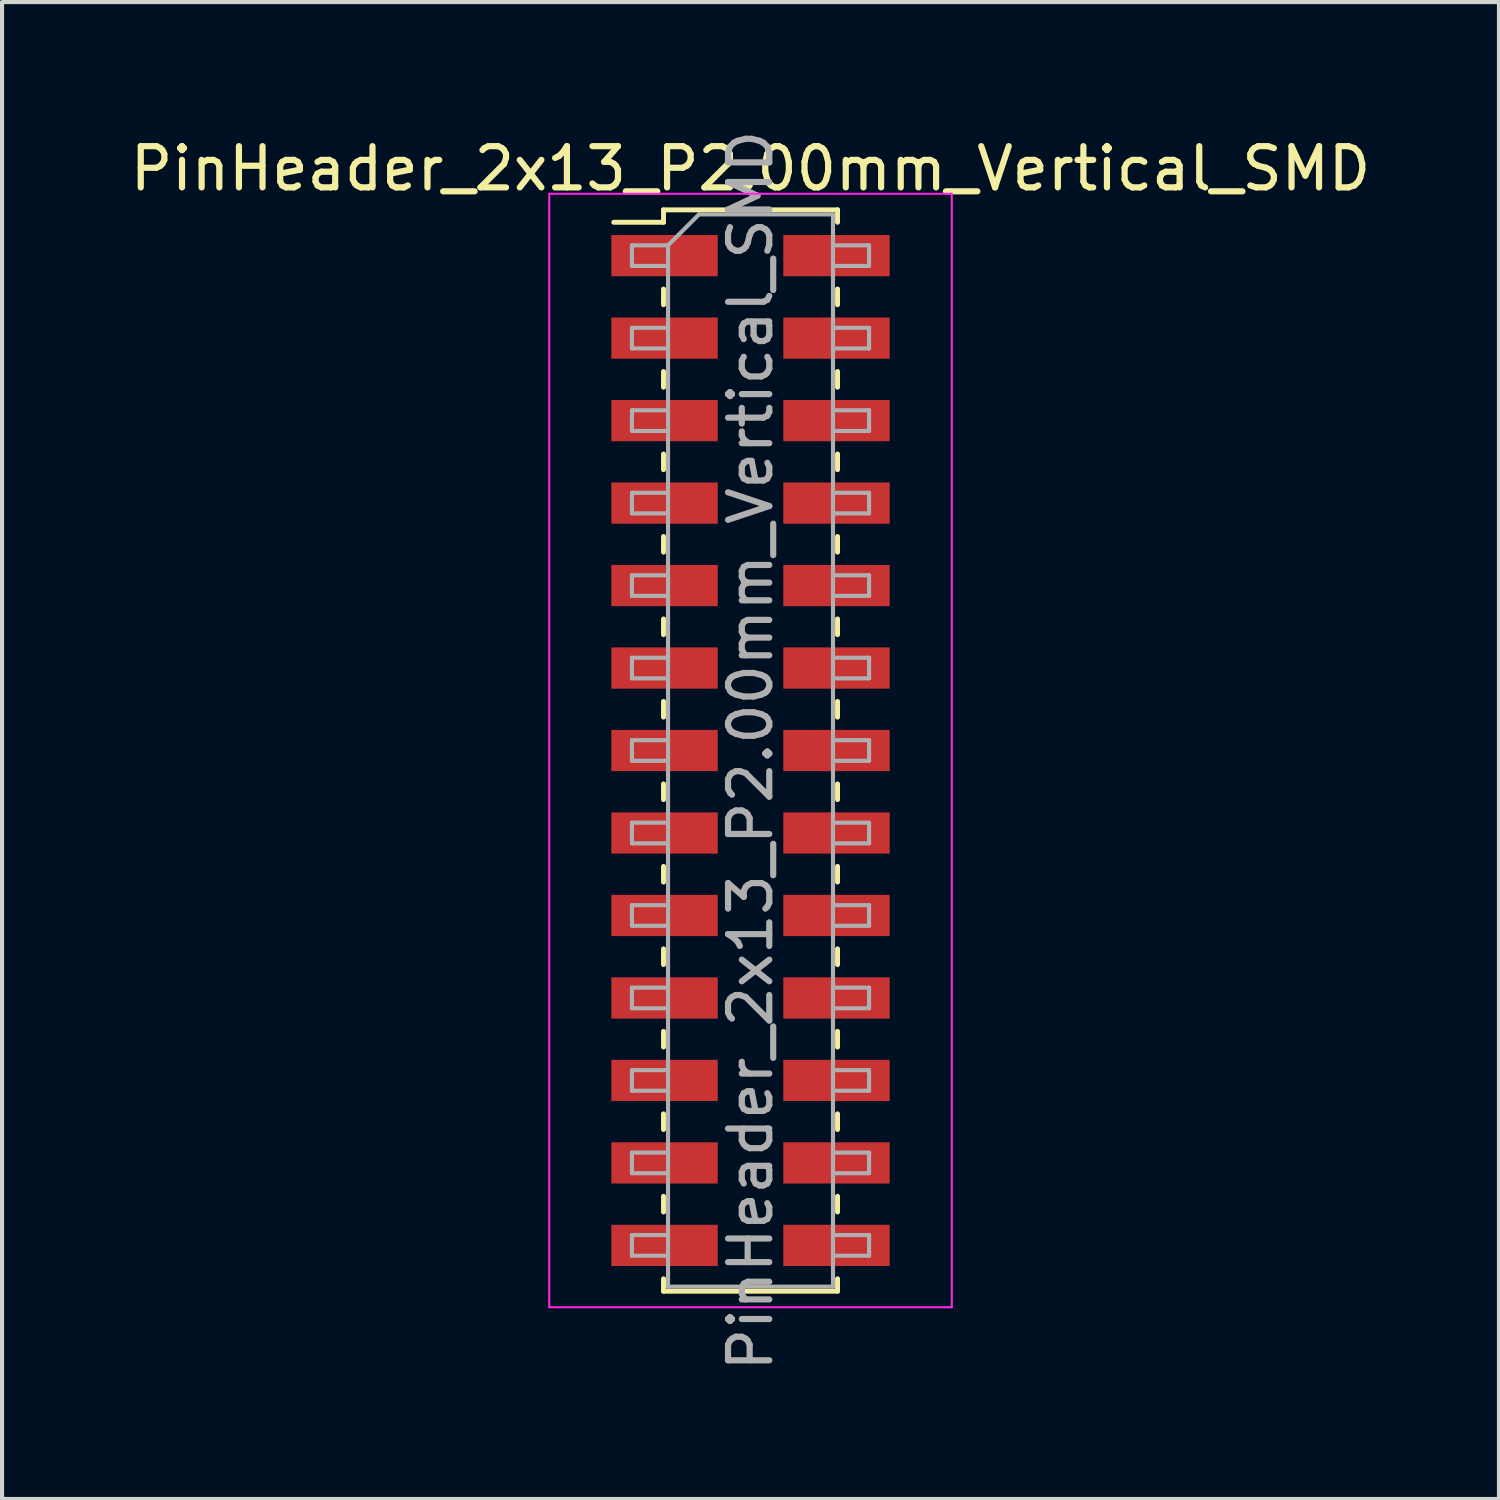
<source format=kicad_pcb>
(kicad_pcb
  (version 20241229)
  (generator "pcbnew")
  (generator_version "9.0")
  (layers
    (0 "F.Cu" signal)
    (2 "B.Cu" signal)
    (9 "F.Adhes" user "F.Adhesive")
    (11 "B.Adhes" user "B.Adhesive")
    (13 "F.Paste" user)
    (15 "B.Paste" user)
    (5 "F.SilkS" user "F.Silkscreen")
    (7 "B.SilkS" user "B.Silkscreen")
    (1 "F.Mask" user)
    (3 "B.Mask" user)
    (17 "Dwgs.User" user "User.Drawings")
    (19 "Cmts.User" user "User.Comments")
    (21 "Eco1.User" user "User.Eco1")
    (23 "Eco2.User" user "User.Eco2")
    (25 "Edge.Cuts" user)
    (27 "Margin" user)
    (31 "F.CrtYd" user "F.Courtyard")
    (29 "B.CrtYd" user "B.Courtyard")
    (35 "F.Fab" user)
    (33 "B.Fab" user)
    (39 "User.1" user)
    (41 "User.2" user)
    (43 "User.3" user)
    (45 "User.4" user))
  (footprint "PinHeader_2x13_P2.00mm_Vertical_SMD"
    (layer "F.Cu")
    (at 15.149 15.149)
    (property "Reference" "PinHeader_2x13_P2.00mm_Vertical_SMD" (at 0 -14.11 0) (layer "F.SilkS") (effects (font (size 1 1) (thickness 0.15))))
    (attr smd)
    (fp_line (start -3.315 -12.81) (end -2.11 -12.81) (stroke (width 0.12) (type solid)) (layer "F.SilkS"))
    (fp_line (start -2.11 -13.11) (end -2.11 -12.81) (stroke (width 0.12) (type solid)) (layer "F.SilkS"))
    (fp_line (start -2.11 -13.11) (end 2.11 -13.11) (stroke (width 0.12) (type solid)) (layer "F.SilkS"))
    (fp_line (start -2.11 -11.19) (end -2.11 -10.81) (stroke (width 0.12) (type solid)) (layer "F.SilkS"))
    (fp_line (start -2.11 -9.19) (end -2.11 -8.81) (stroke (width 0.12) (type solid)) (layer "F.SilkS"))
    (fp_line (start -2.11 -7.19) (end -2.11 -6.81) (stroke (width 0.12) (type solid)) (layer "F.SilkS"))
    (fp_line (start -2.11 -5.19) (end -2.11 -4.81) (stroke (width 0.12) (type solid)) (layer "F.SilkS"))
    (fp_line (start -2.11 -3.19) (end -2.11 -2.81) (stroke (width 0.12) (type solid)) (layer "F.SilkS"))
    (fp_line (start -2.11 -1.19) (end -2.11 -0.81) (stroke (width 0.12) (type solid)) (layer "F.SilkS"))
    (fp_line (start -2.11 0.81) (end -2.11 1.19) (stroke (width 0.12) (type solid)) (layer "F.SilkS"))
    (fp_line (start -2.11 2.81) (end -2.11 3.19) (stroke (width 0.12) (type solid)) (layer "F.SilkS"))
    (fp_line (start -2.11 4.81) (end -2.11 5.19) (stroke (width 0.12) (type solid)) (layer "F.SilkS"))
    (fp_line (start -2.11 6.81) (end -2.11 7.19) (stroke (width 0.12) (type solid)) (layer "F.SilkS"))
    (fp_line (start -2.11 8.81) (end -2.11 9.19) (stroke (width 0.12) (type solid)) (layer "F.SilkS"))
    (fp_line (start -2.11 10.81) (end -2.11 11.19) (stroke (width 0.12) (type solid)) (layer "F.SilkS"))
    (fp_line (start -2.11 12.81) (end -2.11 13.11) (stroke (width 0.12) (type solid)) (layer "F.SilkS"))
    (fp_line (start -2.11 13.11) (end 2.11 13.11) (stroke (width 0.12) (type solid)) (layer "F.SilkS"))
    (fp_line (start 2.11 -13.11) (end 2.11 -12.81) (stroke (width 0.12) (type solid)) (layer "F.SilkS"))
    (fp_line (start 2.11 -11.19) (end 2.11 -10.81) (stroke (width 0.12) (type solid)) (layer "F.SilkS"))
    (fp_line (start 2.11 -9.19) (end 2.11 -8.81) (stroke (width 0.12) (type solid)) (layer "F.SilkS"))
    (fp_line (start 2.11 -7.19) (end 2.11 -6.81) (stroke (width 0.12) (type solid)) (layer "F.SilkS"))
    (fp_line (start 2.11 -5.19) (end 2.11 -4.81) (stroke (width 0.12) (type solid)) (layer "F.SilkS"))
    (fp_line (start 2.11 -3.19) (end 2.11 -2.81) (stroke (width 0.12) (type solid)) (layer "F.SilkS"))
    (fp_line (start 2.11 -1.19) (end 2.11 -0.81) (stroke (width 0.12) (type solid)) (layer "F.SilkS"))
    (fp_line (start 2.11 0.81) (end 2.11 1.19) (stroke (width 0.12) (type solid)) (layer "F.SilkS"))
    (fp_line (start 2.11 2.81) (end 2.11 3.19) (stroke (width 0.12) (type solid)) (layer "F.SilkS"))
    (fp_line (start 2.11 4.81) (end 2.11 5.19) (stroke (width 0.12) (type solid)) (layer "F.SilkS"))
    (fp_line (start 2.11 6.81) (end 2.11 7.19) (stroke (width 0.12) (type solid)) (layer "F.SilkS"))
    (fp_line (start 2.11 8.81) (end 2.11 9.19) (stroke (width 0.12) (type solid)) (layer "F.SilkS"))
    (fp_line (start 2.11 10.81) (end 2.11 11.19) (stroke (width 0.12) (type solid)) (layer "F.SilkS"))
    (fp_line (start 2.11 12.81) (end 2.11 13.11) (stroke (width 0.12) (type solid)) (layer "F.SilkS"))
    (fp_line (start -4.88 -13.5) (end -4.88 13.5) (stroke (width 0.05) (type solid)) (layer "F.CrtYd"))
    (fp_line (start -4.88 13.5) (end 4.88 13.5) (stroke (width 0.05) (type solid)) (layer "F.CrtYd"))
    (fp_line (start 4.88 -13.5) (end -4.88 -13.5) (stroke (width 0.05) (type solid)) (layer "F.CrtYd"))
    (fp_line (start 4.88 13.5) (end 4.88 -13.5) (stroke (width 0.05) (type solid)) (layer "F.CrtYd"))
    (fp_line (start -2.875 -12.25) (end -2.875 -11.75) (stroke (width 0.1) (type solid)) (layer "F.Fab"))
    (fp_line (start -2.875 -11.75) (end -2 -11.75) (stroke (width 0.1) (type solid)) (layer "F.Fab"))
    (fp_line (start -2.875 -10.25) (end -2.875 -9.75) (stroke (width 0.1) (type solid)) (layer "F.Fab"))
    (fp_line (start -2.875 -9.75) (end -2 -9.75) (stroke (width 0.1) (type solid)) (layer "F.Fab"))
    (fp_line (start -2.875 -8.25) (end -2.875 -7.75) (stroke (width 0.1) (type solid)) (layer "F.Fab"))
    (fp_line (start -2.875 -7.75) (end -2 -7.75) (stroke (width 0.1) (type solid)) (layer "F.Fab"))
    (fp_line (start -2.875 -6.25) (end -2.875 -5.75) (stroke (width 0.1) (type solid)) (layer "F.Fab"))
    (fp_line (start -2.875 -5.75) (end -2 -5.75) (stroke (width 0.1) (type solid)) (layer "F.Fab"))
    (fp_line (start -2.875 -4.25) (end -2.875 -3.75) (stroke (width 0.1) (type solid)) (layer "F.Fab"))
    (fp_line (start -2.875 -3.75) (end -2 -3.75) (stroke (width 0.1) (type solid)) (layer "F.Fab"))
    (fp_line (start -2.875 -2.25) (end -2.875 -1.75) (stroke (width 0.1) (type solid)) (layer "F.Fab"))
    (fp_line (start -2.875 -1.75) (end -2 -1.75) (stroke (width 0.1) (type solid)) (layer "F.Fab"))
    (fp_line (start -2.875 -0.25) (end -2.875 0.25) (stroke (width 0.1) (type solid)) (layer "F.Fab"))
    (fp_line (start -2.875 0.25) (end -2 0.25) (stroke (width 0.1) (type solid)) (layer "F.Fab"))
    (fp_line (start -2.875 1.75) (end -2.875 2.25) (stroke (width 0.1) (type solid)) (layer "F.Fab"))
    (fp_line (start -2.875 2.25) (end -2 2.25) (stroke (width 0.1) (type solid)) (layer "F.Fab"))
    (fp_line (start -2.875 3.75) (end -2.875 4.25) (stroke (width 0.1) (type solid)) (layer "F.Fab"))
    (fp_line (start -2.875 4.25) (end -2 4.25) (stroke (width 0.1) (type solid)) (layer "F.Fab"))
    (fp_line (start -2.875 5.75) (end -2.875 6.25) (stroke (width 0.1) (type solid)) (layer "F.Fab"))
    (fp_line (start -2.875 6.25) (end -2 6.25) (stroke (width 0.1) (type solid)) (layer "F.Fab"))
    (fp_line (start -2.875 7.75) (end -2.875 8.25) (stroke (width 0.1) (type solid)) (layer "F.Fab"))
    (fp_line (start -2.875 8.25) (end -2 8.25) (stroke (width 0.1) (type solid)) (layer "F.Fab"))
    (fp_line (start -2.875 9.75) (end -2.875 10.25) (stroke (width 0.1) (type solid)) (layer "F.Fab"))
    (fp_line (start -2.875 10.25) (end -2 10.25) (stroke (width 0.1) (type solid)) (layer "F.Fab"))
    (fp_line (start -2.875 11.75) (end -2.875 12.25) (stroke (width 0.1) (type solid)) (layer "F.Fab"))
    (fp_line (start -2.875 12.25) (end -2 12.25) (stroke (width 0.1) (type solid)) (layer "F.Fab"))
    (fp_line (start -2 -12.25) (end -2.875 -12.25) (stroke (width 0.1) (type solid)) (layer "F.Fab"))
    (fp_line (start -2 -12.25) (end -1.25 -13) (stroke (width 0.1) (type solid)) (layer "F.Fab"))
    (fp_line (start -2 -10.25) (end -2.875 -10.25) (stroke (width 0.1) (type solid)) (layer "F.Fab"))
    (fp_line (start -2 -8.25) (end -2.875 -8.25) (stroke (width 0.1) (type solid)) (layer "F.Fab"))
    (fp_line (start -2 -6.25) (end -2.875 -6.25) (stroke (width 0.1) (type solid)) (layer "F.Fab"))
    (fp_line (start -2 -4.25) (end -2.875 -4.25) (stroke (width 0.1) (type solid)) (layer "F.Fab"))
    (fp_line (start -2 -2.25) (end -2.875 -2.25) (stroke (width 0.1) (type solid)) (layer "F.Fab"))
    (fp_line (start -2 -0.25) (end -2.875 -0.25) (stroke (width 0.1) (type solid)) (layer "F.Fab"))
    (fp_line (start -2 1.75) (end -2.875 1.75) (stroke (width 0.1) (type solid)) (layer "F.Fab"))
    (fp_line (start -2 3.75) (end -2.875 3.75) (stroke (width 0.1) (type solid)) (layer "F.Fab"))
    (fp_line (start -2 5.75) (end -2.875 5.75) (stroke (width 0.1) (type solid)) (layer "F.Fab"))
    (fp_line (start -2 7.75) (end -2.875 7.75) (stroke (width 0.1) (type solid)) (layer "F.Fab"))
    (fp_line (start -2 9.75) (end -2.875 9.75) (stroke (width 0.1) (type solid)) (layer "F.Fab"))
    (fp_line (start -2 11.75) (end -2.875 11.75) (stroke (width 0.1) (type solid)) (layer "F.Fab"))
    (fp_line (start -2 13) (end -2 -12.25) (stroke (width 0.1) (type solid)) (layer "F.Fab"))
    (fp_line (start -1.25 -13) (end 2 -13) (stroke (width 0.1) (type solid)) (layer "F.Fab"))
    (fp_line (start 2 -13) (end 2 13) (stroke (width 0.1) (type solid)) (layer "F.Fab"))
    (fp_line (start 2 -12.25) (end 2.875 -12.25) (stroke (width 0.1) (type solid)) (layer "F.Fab"))
    (fp_line (start 2 -10.25) (end 2.875 -10.25) (stroke (width 0.1) (type solid)) (layer "F.Fab"))
    (fp_line (start 2 -8.25) (end 2.875 -8.25) (stroke (width 0.1) (type solid)) (layer "F.Fab"))
    (fp_line (start 2 -6.25) (end 2.875 -6.25) (stroke (width 0.1) (type solid)) (layer "F.Fab"))
    (fp_line (start 2 -4.25) (end 2.875 -4.25) (stroke (width 0.1) (type solid)) (layer "F.Fab"))
    (fp_line (start 2 -2.25) (end 2.875 -2.25) (stroke (width 0.1) (type solid)) (layer "F.Fab"))
    (fp_line (start 2 -0.25) (end 2.875 -0.25) (stroke (width 0.1) (type solid)) (layer "F.Fab"))
    (fp_line (start 2 1.75) (end 2.875 1.75) (stroke (width 0.1) (type solid)) (layer "F.Fab"))
    (fp_line (start 2 3.75) (end 2.875 3.75) (stroke (width 0.1) (type solid)) (layer "F.Fab"))
    (fp_line (start 2 5.75) (end 2.875 5.75) (stroke (width 0.1) (type solid)) (layer "F.Fab"))
    (fp_line (start 2 7.75) (end 2.875 7.75) (stroke (width 0.1) (type solid)) (layer "F.Fab"))
    (fp_line (start 2 9.75) (end 2.875 9.75) (stroke (width 0.1) (type solid)) (layer "F.Fab"))
    (fp_line (start 2 11.75) (end 2.875 11.75) (stroke (width 0.1) (type solid)) (layer "F.Fab"))
    (fp_line (start 2 13) (end -2 13) (stroke (width 0.1) (type solid)) (layer "F.Fab"))
    (fp_line (start 2.875 -12.25) (end 2.875 -11.75) (stroke (width 0.1) (type solid)) (layer "F.Fab"))
    (fp_line (start 2.875 -11.75) (end 2 -11.75) (stroke (width 0.1) (type solid)) (layer "F.Fab"))
    (fp_line (start 2.875 -10.25) (end 2.875 -9.75) (stroke (width 0.1) (type solid)) (layer "F.Fab"))
    (fp_line (start 2.875 -9.75) (end 2 -9.75) (stroke (width 0.1) (type solid)) (layer "F.Fab"))
    (fp_line (start 2.875 -8.25) (end 2.875 -7.75) (stroke (width 0.1) (type solid)) (layer "F.Fab"))
    (fp_line (start 2.875 -7.75) (end 2 -7.75) (stroke (width 0.1) (type solid)) (layer "F.Fab"))
    (fp_line (start 2.875 -6.25) (end 2.875 -5.75) (stroke (width 0.1) (type solid)) (layer "F.Fab"))
    (fp_line (start 2.875 -5.75) (end 2 -5.75) (stroke (width 0.1) (type solid)) (layer "F.Fab"))
    (fp_line (start 2.875 -4.25) (end 2.875 -3.75) (stroke (width 0.1) (type solid)) (layer "F.Fab"))
    (fp_line (start 2.875 -3.75) (end 2 -3.75) (stroke (width 0.1) (type solid)) (layer "F.Fab"))
    (fp_line (start 2.875 -2.25) (end 2.875 -1.75) (stroke (width 0.1) (type solid)) (layer "F.Fab"))
    (fp_line (start 2.875 -1.75) (end 2 -1.75) (stroke (width 0.1) (type solid)) (layer "F.Fab"))
    (fp_line (start 2.875 -0.25) (end 2.875 0.25) (stroke (width 0.1) (type solid)) (layer "F.Fab"))
    (fp_line (start 2.875 0.25) (end 2 0.25) (stroke (width 0.1) (type solid)) (layer "F.Fab"))
    (fp_line (start 2.875 1.75) (end 2.875 2.25) (stroke (width 0.1) (type solid)) (layer "F.Fab"))
    (fp_line (start 2.875 2.25) (end 2 2.25) (stroke (width 0.1) (type solid)) (layer "F.Fab"))
    (fp_line (start 2.875 3.75) (end 2.875 4.25) (stroke (width 0.1) (type solid)) (layer "F.Fab"))
    (fp_line (start 2.875 4.25) (end 2 4.25) (stroke (width 0.1) (type solid)) (layer "F.Fab"))
    (fp_line (start 2.875 5.75) (end 2.875 6.25) (stroke (width 0.1) (type solid)) (layer "F.Fab"))
    (fp_line (start 2.875 6.25) (end 2 6.25) (stroke (width 0.1) (type solid)) (layer "F.Fab"))
    (fp_line (start 2.875 7.75) (end 2.875 8.25) (stroke (width 0.1) (type solid)) (layer "F.Fab"))
    (fp_line (start 2.875 8.25) (end 2 8.25) (stroke (width 0.1) (type solid)) (layer "F.Fab"))
    (fp_line (start 2.875 9.75) (end 2.875 10.25) (stroke (width 0.1) (type solid)) (layer "F.Fab"))
    (fp_line (start 2.875 10.25) (end 2 10.25) (stroke (width 0.1) (type solid)) (layer "F.Fab"))
    (fp_line (start 2.875 11.75) (end 2.875 12.25) (stroke (width 0.1) (type solid)) (layer "F.Fab"))
    (fp_line (start 2.875 12.25) (end 2 12.25) (stroke (width 0.1) (type solid)) (layer "F.Fab"))
    (fp_text user "${REFERENCE}" (at 0 0 90) (layer "F.Fab") (effects (font (size 1 1) (thickness 0.15))))
    (pad "1" smd rect (at -2.085 -12) (size 2.58 1) (layers "F.Cu" "F.Mask" "F.Paste"))
    (pad "2" smd rect (at 2.085 -12) (size 2.58 1) (layers "F.Cu" "F.Mask" "F.Paste"))
    (pad "3" smd rect (at -2.085 -10) (size 2.58 1) (layers "F.Cu" "F.Mask" "F.Paste"))
    (pad "4" smd rect (at 2.085 -10) (size 2.58 1) (layers "F.Cu" "F.Mask" "F.Paste"))
    (pad "5" smd rect (at -2.085 -8) (size 2.58 1) (layers "F.Cu" "F.Mask" "F.Paste"))
    (pad "6" smd rect (at 2.085 -8) (size 2.58 1) (layers "F.Cu" "F.Mask" "F.Paste"))
    (pad "7" smd rect (at -2.085 -6) (size 2.58 1) (layers "F.Cu" "F.Mask" "F.Paste"))
    (pad "8" smd rect (at 2.085 -6) (size 2.58 1) (layers "F.Cu" "F.Mask" "F.Paste"))
    (pad "9" smd rect (at -2.085 -4) (size 2.58 1) (layers "F.Cu" "F.Mask" "F.Paste"))
    (pad "10" smd rect (at 2.085 -4) (size 2.58 1) (layers "F.Cu" "F.Mask" "F.Paste"))
    (pad "11" smd rect (at -2.085 -2) (size 2.58 1) (layers "F.Cu" "F.Mask" "F.Paste"))
    (pad "12" smd rect (at 2.085 -2) (size 2.58 1) (layers "F.Cu" "F.Mask" "F.Paste"))
    (pad "13" smd rect (at -2.085 0) (size 2.58 1) (layers "F.Cu" "F.Mask" "F.Paste"))
    (pad "14" smd rect (at 2.085 0) (size 2.58 1) (layers "F.Cu" "F.Mask" "F.Paste"))
    (pad "15" smd rect (at -2.085 2) (size 2.58 1) (layers "F.Cu" "F.Mask" "F.Paste"))
    (pad "16" smd rect (at 2.085 2) (size 2.58 1) (layers "F.Cu" "F.Mask" "F.Paste"))
    (pad "17" smd rect (at -2.085 4) (size 2.58 1) (layers "F.Cu" "F.Mask" "F.Paste"))
    (pad "18" smd rect (at 2.085 4) (size 2.58 1) (layers "F.Cu" "F.Mask" "F.Paste"))
    (pad "19" smd rect (at -2.085 6) (size 2.58 1) (layers "F.Cu" "F.Mask" "F.Paste"))
    (pad "20" smd rect (at 2.085 6) (size 2.58 1) (layers "F.Cu" "F.Mask" "F.Paste"))
    (pad "21" smd rect (at -2.085 8) (size 2.58 1) (layers "F.Cu" "F.Mask" "F.Paste"))
    (pad "22" smd rect (at 2.085 8) (size 2.58 1) (layers "F.Cu" "F.Mask" "F.Paste"))
    (pad "23" smd rect (at -2.085 10) (size 2.58 1) (layers "F.Cu" "F.Mask" "F.Paste"))
    (pad "24" smd rect (at 2.085 10) (size 2.58 1) (layers "F.Cu" "F.Mask" "F.Paste"))
    (pad "25" smd rect (at -2.085 12) (size 2.58 1) (layers "F.Cu" "F.Mask" "F.Paste"))
    (pad "26" smd rect (at 2.085 12) (size 2.58 1) (layers "F.Cu" "F.Mask" "F.Paste")))
  (gr_rect
    (start -3 -3)
    (end 33.298 33.298)
    (stroke (width 0.1) (type default))
    (fill no)
    (layer "Edge.Cuts")))
</source>
